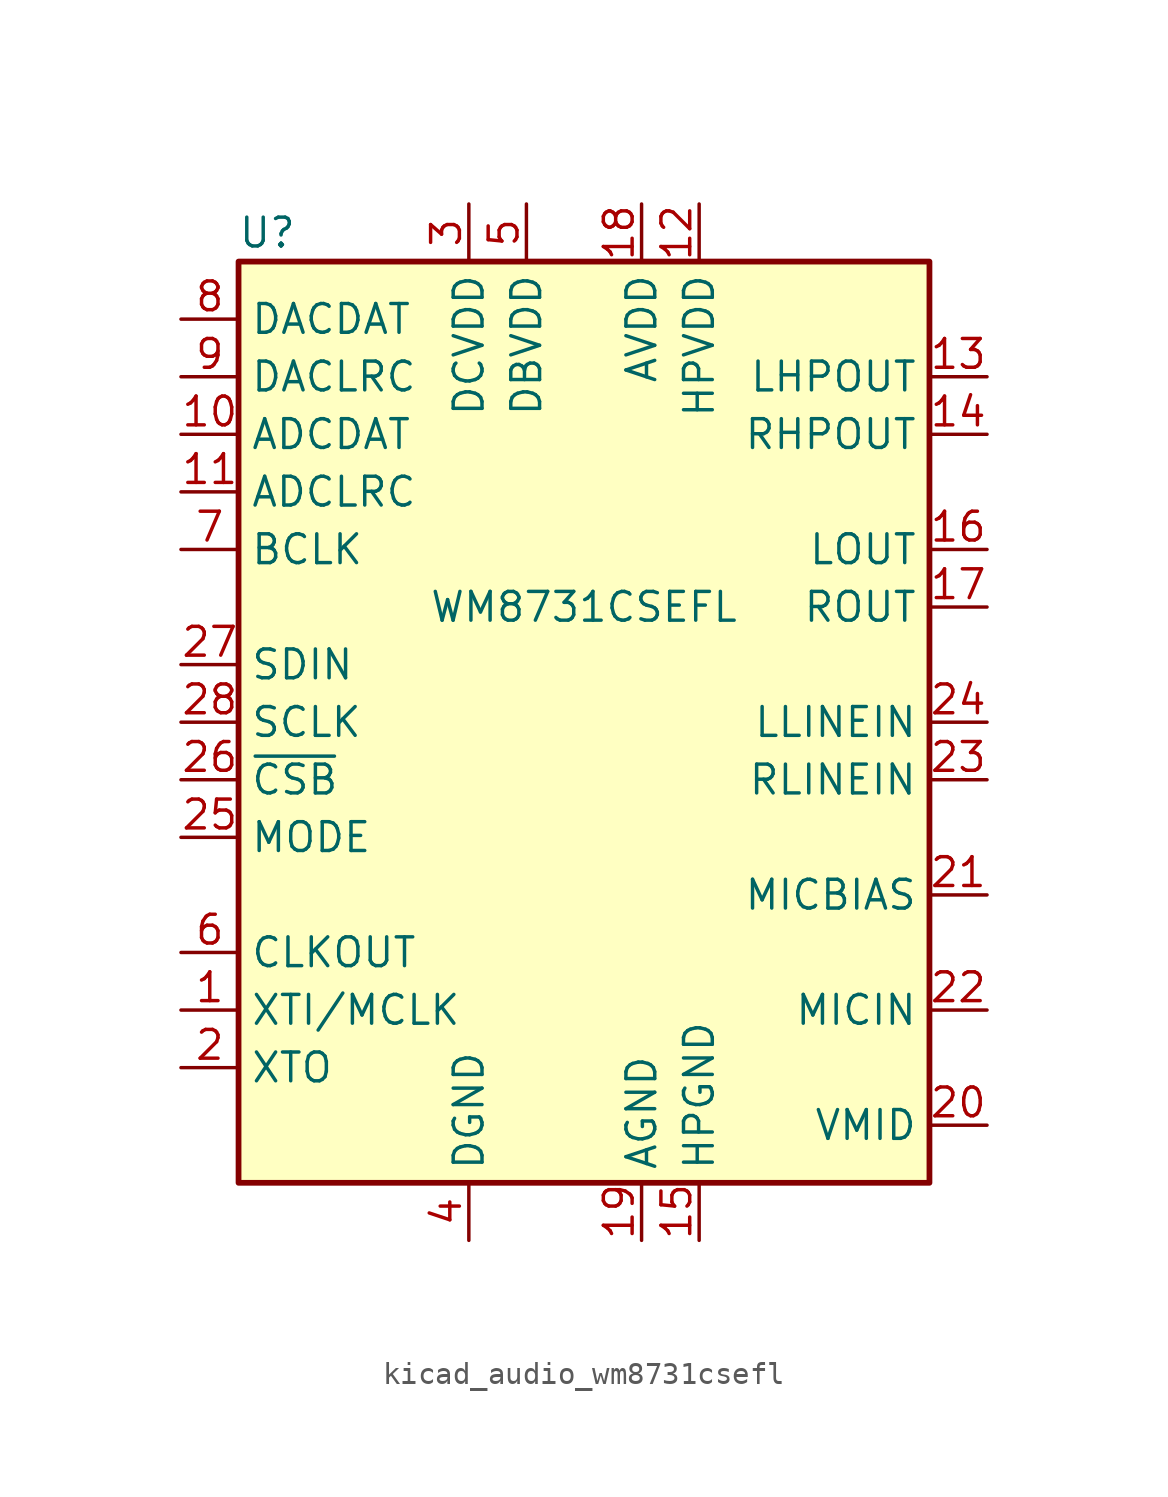
<source format=kicad_sym>
(kicad_symbol_lib
  (version 20220914)
  (generator kicad_symbol_editor)
  (symbol "kicad_audio_wm8731csefl"
    (property "Reference" "U"
      (at -13.97 21.59 0)
      (effects (font (size 1.27 1.27))))
    (property "Value" "WM8731CSEFL"
      (at 0 5.08 0)
      (effects (font (size 1.27 1.27))))
    (symbol "kicad_audio_wm8731csefl_0_1"
      (rectangle (start -15.24 20.32) (end 15.24 -20.32) (stroke (width 0.254) (type default)) (fill (type background))))
    (symbol "kicad_audio_wm8731csefl_1_1"
      (pin input line (at -17.78 -12.7 0) (length 2.54) (name "XTI/MCLK" (effects (font (size 1.27 1.27)))) (number "1" (effects (font (size 1.27 1.27)))))
      (pin output line (at -17.78 12.7 0) (length 2.54) (name "ADCDAT" (effects (font (size 1.27 1.27)))) (number "10" (effects (font (size 1.27 1.27)))))
      (pin bidirectional line (at -17.78 10.16 0) (length 2.54) (name "ADCLRC" (effects (font (size 1.27 1.27)))) (number "11" (effects (font (size 1.27 1.27)))))
      (pin power_in line (at 5.08 22.86 270) (length 2.54) (name "HPVDD" (effects (font (size 1.27 1.27)))) (number "12" (effects (font (size 1.27 1.27)))))
      (pin output line (at 17.78 15.24 180) (length 2.54) (name "LHPOUT" (effects (font (size 1.27 1.27)))) (number "13" (effects (font (size 1.27 1.27)))))
      (pin output line (at 17.78 12.7 180) (length 2.54) (name "RHPOUT" (effects (font (size 1.27 1.27)))) (number "14" (effects (font (size 1.27 1.27)))))
      (pin power_in line (at 5.08 -22.86 90) (length 2.54) (name "HPGND" (effects (font (size 1.27 1.27)))) (number "15" (effects (font (size 1.27 1.27)))))
      (pin output line (at 17.78 7.62 180) (length 2.54) (name "LOUT" (effects (font (size 1.27 1.27)))) (number "16" (effects (font (size 1.27 1.27)))))
      (pin output line (at 17.78 5.08 180) (length 2.54) (name "ROUT" (effects (font (size 1.27 1.27)))) (number "17" (effects (font (size 1.27 1.27)))))
      (pin power_in line (at 2.54 22.86 270) (length 2.54) (name "AVDD" (effects (font (size 1.27 1.27)))) (number "18" (effects (font (size 1.27 1.27)))))
      (pin power_in line (at 2.54 -22.86 90) (length 2.54) (name "AGND" (effects (font (size 1.27 1.27)))) (number "19" (effects (font (size 1.27 1.27)))))
      (pin output line (at -17.78 -15.24 0) (length 2.54) (name "XTO" (effects (font (size 1.27 1.27)))) (number "2" (effects (font (size 1.27 1.27)))))
      (pin passive line (at 17.78 -17.78 180) (length 2.54) (name "VMID" (effects (font (size 1.27 1.27)))) (number "20" (effects (font (size 1.27 1.27)))))
      (pin output line (at 17.78 -7.62 180) (length 2.54) (name "MICBIAS" (effects (font (size 1.27 1.27)))) (number "21" (effects (font (size 1.27 1.27)))))
      (pin input line (at 17.78 -12.7 180) (length 2.54) (name "MICIN" (effects (font (size 1.27 1.27)))) (number "22" (effects (font (size 1.27 1.27)))))
      (pin input line (at 17.78 -2.54 180) (length 2.54) (name "RLINEIN" (effects (font (size 1.27 1.27)))) (number "23" (effects (font (size 1.27 1.27)))))
      (pin input line (at 17.78 0 180) (length 2.54) (name "LLINEIN" (effects (font (size 1.27 1.27)))) (number "24" (effects (font (size 1.27 1.27)))))
      (pin input line (at -17.78 -5.08 0) (length 2.54) (name "MODE" (effects (font (size 1.27 1.27)))) (number "25" (effects (font (size 1.27 1.27)))))
      (pin input line (at -17.78 -2.54 0) (length 2.54) (name "~{CSB}" (effects (font (size 1.27 1.27)))) (number "26" (effects (font (size 1.27 1.27)))))
      (pin bidirectional line (at -17.78 2.54 0) (length 2.54) (name "SDIN" (effects (font (size 1.27 1.27)))) (number "27" (effects (font (size 1.27 1.27)))))
      (pin input line (at -17.78 0 0) (length 2.54) (name "SCLK" (effects (font (size 1.27 1.27)))) (number "28" (effects (font (size 1.27 1.27)))))
      (pin passive line (at 2.54 -22.86 90) (length 2.54) hide (name "AGND" (effects (font (size 1.27 1.27)))) (number "29" (effects (font (size 1.27 1.27)))))
      (pin power_in line (at -5.08 22.86 270) (length 2.54) (name "DCVDD" (effects (font (size 1.27 1.27)))) (number "3" (effects (font (size 1.27 1.27)))))
      (pin power_in line (at -5.08 -22.86 90) (length 2.54) (name "DGND" (effects (font (size 1.27 1.27)))) (number "4" (effects (font (size 1.27 1.27)))))
      (pin power_in line (at -2.54 22.86 270) (length 2.54) (name "DBVDD" (effects (font (size 1.27 1.27)))) (number "5" (effects (font (size 1.27 1.27)))))
      (pin output line (at -17.78 -10.16 0) (length 2.54) (name "CLKOUT" (effects (font (size 1.27 1.27)))) (number "6" (effects (font (size 1.27 1.27)))))
      (pin bidirectional line (at -17.78 7.62 0) (length 2.54) (name "BCLK" (effects (font (size 1.27 1.27)))) (number "7" (effects (font (size 1.27 1.27)))))
      (pin input line (at -17.78 17.78 0) (length 2.54) (name "DACDAT" (effects (font (size 1.27 1.27)))) (number "8" (effects (font (size 1.27 1.27)))))
      (pin bidirectional line (at -17.78 15.24 0) (length 2.54) (name "DACLRC" (effects (font (size 1.27 1.27)))) (number "9" (effects (font (size 1.27 1.27))))))))
</source>
